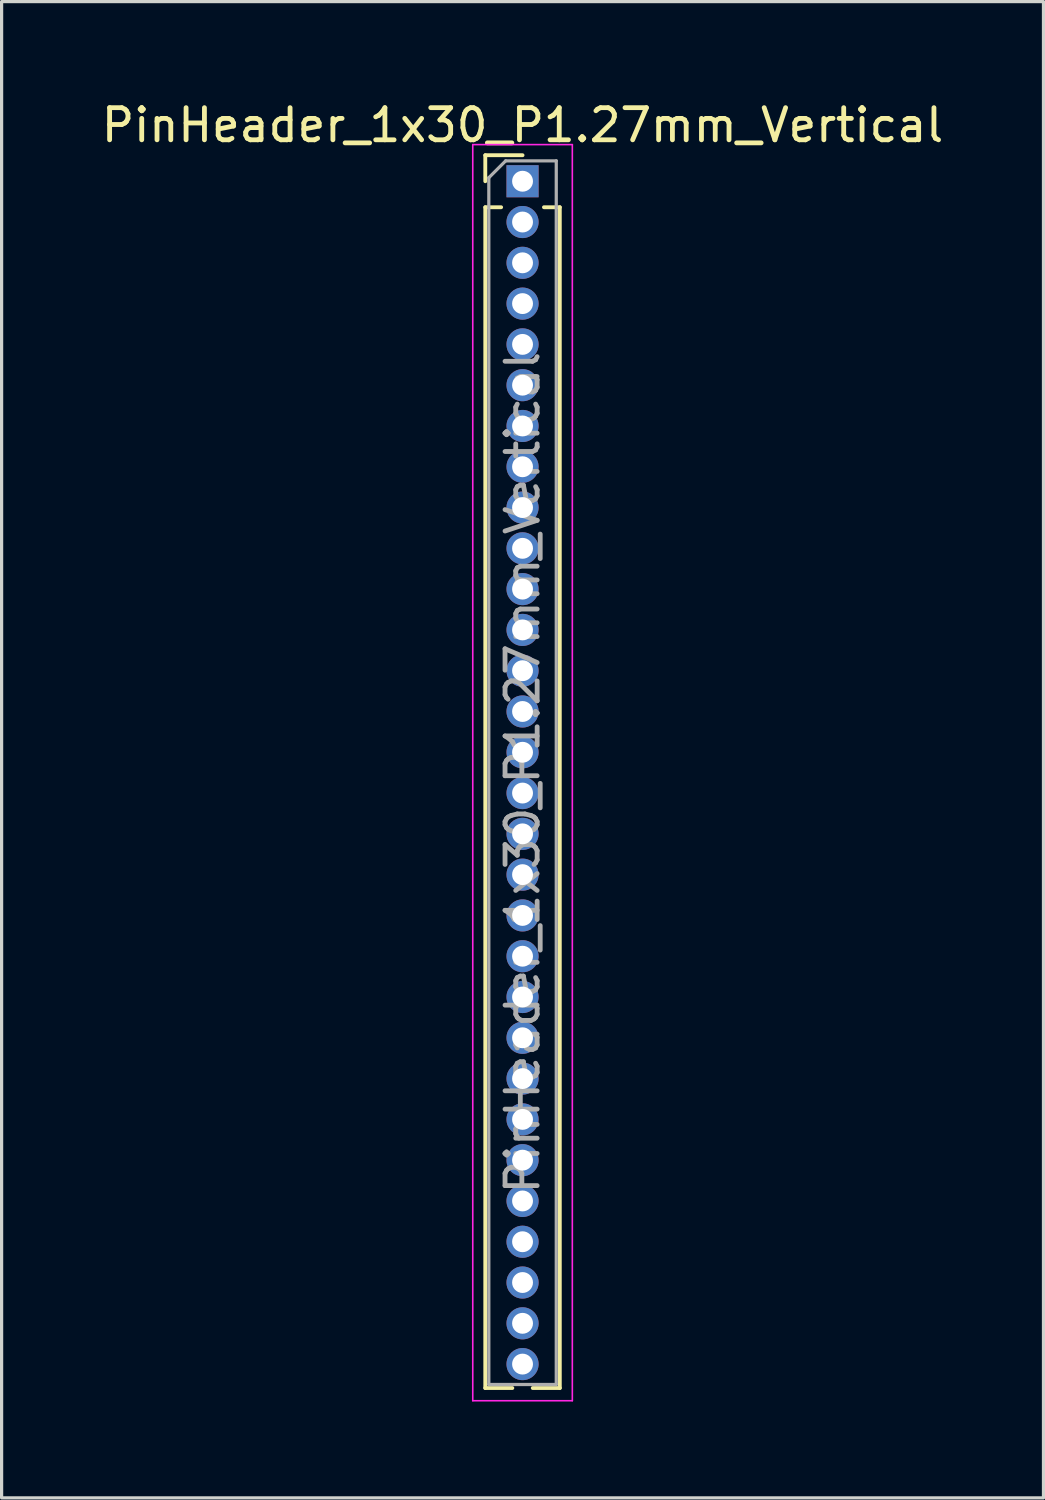
<source format=kicad_pcb>
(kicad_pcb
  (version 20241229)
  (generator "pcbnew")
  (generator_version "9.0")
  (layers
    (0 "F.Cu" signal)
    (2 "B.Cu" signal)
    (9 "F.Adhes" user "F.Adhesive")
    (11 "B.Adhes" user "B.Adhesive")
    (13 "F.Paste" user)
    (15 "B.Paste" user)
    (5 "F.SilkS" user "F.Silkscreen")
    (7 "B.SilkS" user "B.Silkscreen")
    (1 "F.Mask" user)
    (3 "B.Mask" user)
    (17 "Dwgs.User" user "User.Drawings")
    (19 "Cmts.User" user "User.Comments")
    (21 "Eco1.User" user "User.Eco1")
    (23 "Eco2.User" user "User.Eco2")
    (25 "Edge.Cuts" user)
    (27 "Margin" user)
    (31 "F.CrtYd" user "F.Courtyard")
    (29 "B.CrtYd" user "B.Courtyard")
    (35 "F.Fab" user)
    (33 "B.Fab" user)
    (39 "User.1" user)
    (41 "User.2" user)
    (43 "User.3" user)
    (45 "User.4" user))
  (footprint "PinHeader_1x30_P1.27mm_Vertical"
    (layer "F.Cu")
    (at 13.22 2.593)
    (property "Reference" "PinHeader_1x30_P1.27mm_Vertical" (at 0 -1.745 0) (layer "F.SilkS") (effects (font (size 1 1) (thickness 0.15))))
    (attr through_hole)
    (fp_line (start -1.16 -0.81) (end 0 -0.81) (stroke (width 0.12) (type solid)) (layer "F.SilkS"))
    (fp_line (start -1.16 0) (end -1.16 -0.81) (stroke (width 0.12) (type solid)) (layer "F.SilkS"))
    (fp_line (start -1.16 0.81) (end -1.16 37.575) (stroke (width 0.12) (type solid)) (layer "F.SilkS"))
    (fp_line (start -1.16 0.81) (end -0.667 0.81) (stroke (width 0.12) (type solid)) (layer "F.SilkS"))
    (fp_line (start -1.16 37.575) (end -0.318 37.575) (stroke (width 0.12) (type solid)) (layer "F.SilkS"))
    (fp_line (start 0.318 37.575) (end 1.16 37.575) (stroke (width 0.12) (type solid)) (layer "F.SilkS"))
    (fp_line (start 0.667 0.81) (end 1.16 0.81) (stroke (width 0.12) (type solid)) (layer "F.SilkS"))
    (fp_line (start 1.16 0.81) (end 1.16 37.575) (stroke (width 0.12) (type solid)) (layer "F.SilkS"))
    (fp_line (start -1.55 -1.14) (end -1.55 37.97) (stroke (width 0.05) (type solid)) (layer "F.CrtYd"))
    (fp_line (start -1.55 37.97) (end 1.55 37.97) (stroke (width 0.05) (type solid)) (layer "F.CrtYd"))
    (fp_line (start 1.55 -1.14) (end -1.55 -1.14) (stroke (width 0.05) (type solid)) (layer "F.CrtYd"))
    (fp_line (start 1.55 37.97) (end 1.55 -1.14) (stroke (width 0.05) (type solid)) (layer "F.CrtYd"))
    (fp_line (start -1.05 -0.11) (end -0.525 -0.635) (stroke (width 0.1) (type solid)) (layer "F.Fab"))
    (fp_line (start -1.05 37.465) (end -1.05 -0.11) (stroke (width 0.1) (type solid)) (layer "F.Fab"))
    (fp_line (start -0.525 -0.635) (end 1.05 -0.635) (stroke (width 0.1) (type solid)) (layer "F.Fab"))
    (fp_line (start 1.05 -0.635) (end 1.05 37.465) (stroke (width 0.1) (type solid)) (layer "F.Fab"))
    (fp_line (start 1.05 37.465) (end -1.05 37.465) (stroke (width 0.1) (type solid)) (layer "F.Fab"))
    (fp_text user "${REFERENCE}" (at 0 18.415 90) (layer "F.Fab") (effects (font (size 1 1) (thickness 0.15))))
    (pad "1" thru_hole rect (at 0 0) (size 1 1) (drill 0.65) (layers "*.Cu" "*.Mask"))
    (pad "2" thru_hole circle (at 0 1.27) (size 1 1) (drill 0.65) (layers "*.Cu" "*.Mask"))
    (pad "3" thru_hole circle (at 0 2.54) (size 1 1) (drill 0.65) (layers "*.Cu" "*.Mask"))
    (pad "4" thru_hole circle (at 0 3.81) (size 1 1) (drill 0.65) (layers "*.Cu" "*.Mask"))
    (pad "5" thru_hole circle (at 0 5.08) (size 1 1) (drill 0.65) (layers "*.Cu" "*.Mask"))
    (pad "6" thru_hole circle (at 0 6.35) (size 1 1) (drill 0.65) (layers "*.Cu" "*.Mask"))
    (pad "7" thru_hole circle (at 0 7.62) (size 1 1) (drill 0.65) (layers "*.Cu" "*.Mask"))
    (pad "8" thru_hole circle (at 0 8.89) (size 1 1) (drill 0.65) (layers "*.Cu" "*.Mask"))
    (pad "9" thru_hole circle (at 0 10.16) (size 1 1) (drill 0.65) (layers "*.Cu" "*.Mask"))
    (pad "10" thru_hole circle (at 0 11.43) (size 1 1) (drill 0.65) (layers "*.Cu" "*.Mask"))
    (pad "11" thru_hole circle (at 0 12.7) (size 1 1) (drill 0.65) (layers "*.Cu" "*.Mask"))
    (pad "12" thru_hole circle (at 0 13.97) (size 1 1) (drill 0.65) (layers "*.Cu" "*.Mask"))
    (pad "13" thru_hole circle (at 0 15.24) (size 1 1) (drill 0.65) (layers "*.Cu" "*.Mask"))
    (pad "14" thru_hole circle (at 0 16.51) (size 1 1) (drill 0.65) (layers "*.Cu" "*.Mask"))
    (pad "15" thru_hole circle (at 0 17.78) (size 1 1) (drill 0.65) (layers "*.Cu" "*.Mask"))
    (pad "16" thru_hole circle (at 0 19.05) (size 1 1) (drill 0.65) (layers "*.Cu" "*.Mask"))
    (pad "17" thru_hole circle (at 0 20.32) (size 1 1) (drill 0.65) (layers "*.Cu" "*.Mask"))
    (pad "18" thru_hole circle (at 0 21.59) (size 1 1) (drill 0.65) (layers "*.Cu" "*.Mask"))
    (pad "19" thru_hole circle (at 0 22.86) (size 1 1) (drill 0.65) (layers "*.Cu" "*.Mask"))
    (pad "20" thru_hole circle (at 0 24.13) (size 1 1) (drill 0.65) (layers "*.Cu" "*.Mask"))
    (pad "21" thru_hole circle (at 0 25.4) (size 1 1) (drill 0.65) (layers "*.Cu" "*.Mask"))
    (pad "22" thru_hole circle (at 0 26.67) (size 1 1) (drill 0.65) (layers "*.Cu" "*.Mask"))
    (pad "23" thru_hole circle (at 0 27.94) (size 1 1) (drill 0.65) (layers "*.Cu" "*.Mask"))
    (pad "24" thru_hole circle (at 0 29.21) (size 1 1) (drill 0.65) (layers "*.Cu" "*.Mask"))
    (pad "25" thru_hole circle (at 0 30.48) (size 1 1) (drill 0.65) (layers "*.Cu" "*.Mask"))
    (pad "26" thru_hole circle (at 0 31.75) (size 1 1) (drill 0.65) (layers "*.Cu" "*.Mask"))
    (pad "27" thru_hole circle (at 0 33.02) (size 1 1) (drill 0.65) (layers "*.Cu" "*.Mask"))
    (pad "28" thru_hole circle (at 0 34.29) (size 1 1) (drill 0.65) (layers "*.Cu" "*.Mask"))
    (pad "29" thru_hole circle (at 0 35.56) (size 1 1) (drill 0.65) (layers "*.Cu" "*.Mask"))
    (pad "30" thru_hole circle (at 0 36.83) (size 1 1) (drill 0.65) (layers "*.Cu" "*.Mask")))
  (gr_rect
    (start -3 -3)
    (end 29.44 43.588)
    (stroke (width 0.1) (type default))
    (fill no)
    (layer "Edge.Cuts")))
</source>
